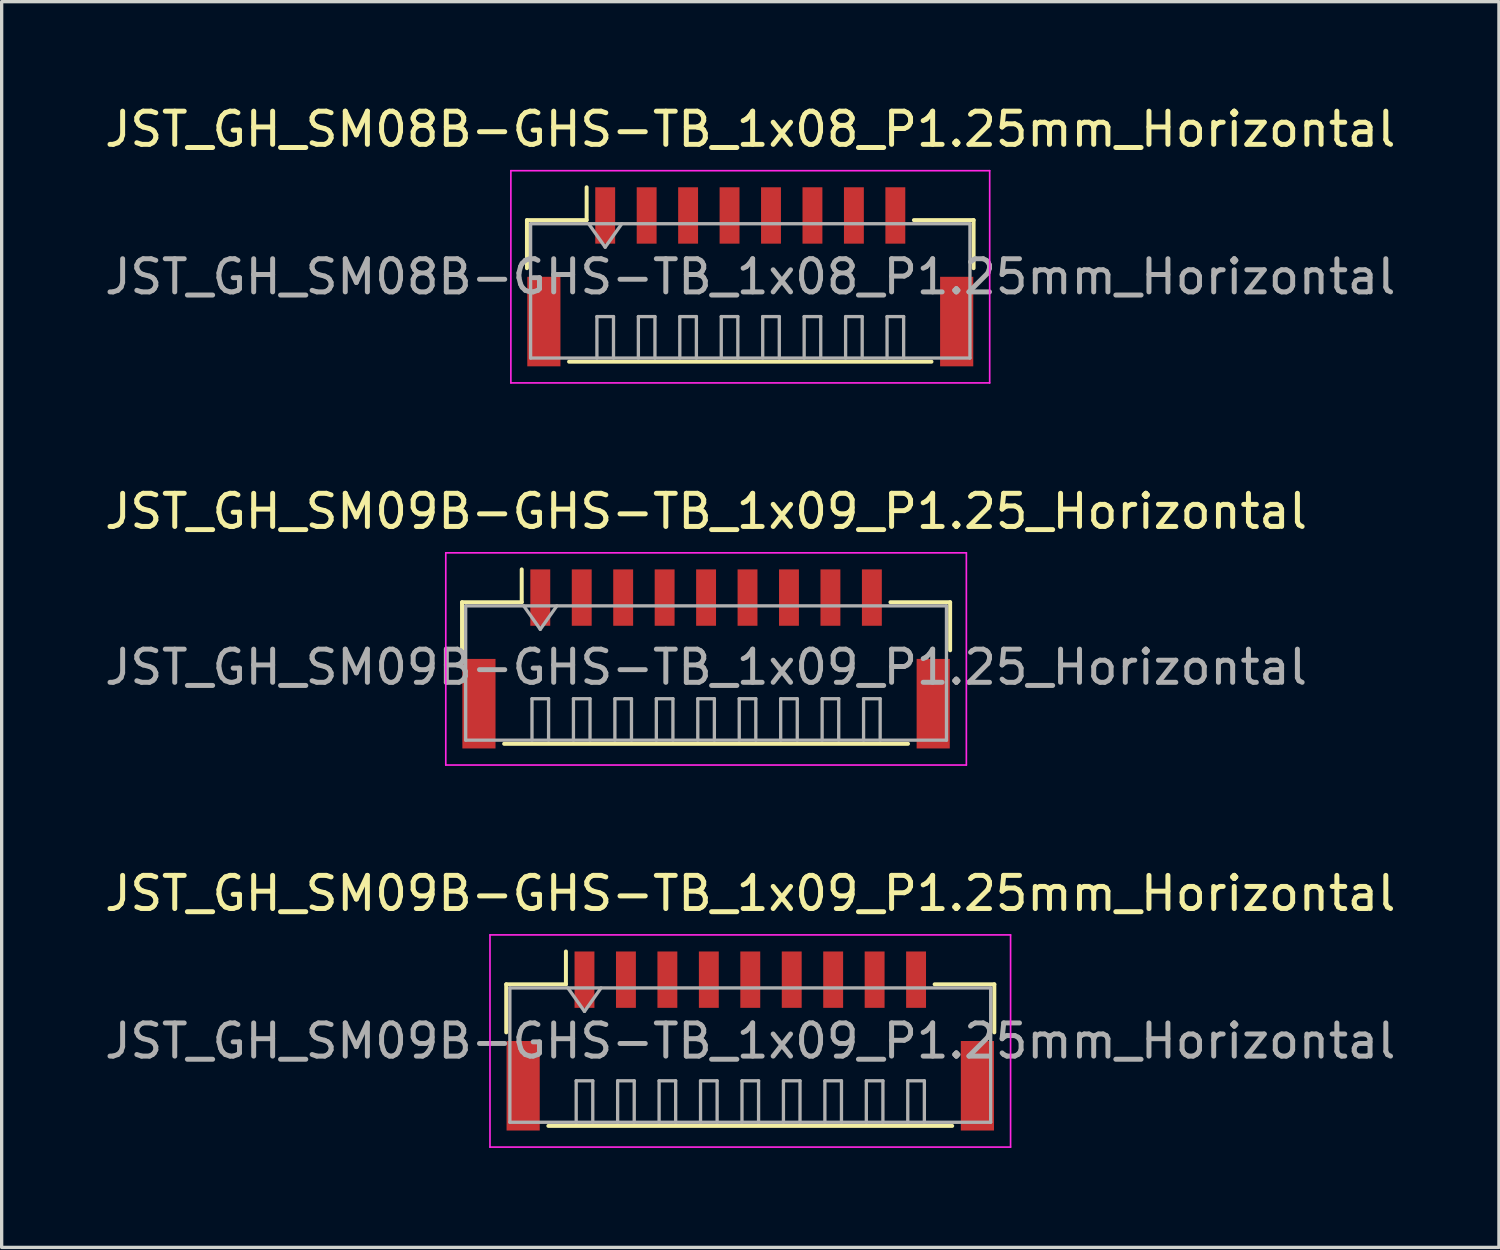
<source format=kicad_pcb>
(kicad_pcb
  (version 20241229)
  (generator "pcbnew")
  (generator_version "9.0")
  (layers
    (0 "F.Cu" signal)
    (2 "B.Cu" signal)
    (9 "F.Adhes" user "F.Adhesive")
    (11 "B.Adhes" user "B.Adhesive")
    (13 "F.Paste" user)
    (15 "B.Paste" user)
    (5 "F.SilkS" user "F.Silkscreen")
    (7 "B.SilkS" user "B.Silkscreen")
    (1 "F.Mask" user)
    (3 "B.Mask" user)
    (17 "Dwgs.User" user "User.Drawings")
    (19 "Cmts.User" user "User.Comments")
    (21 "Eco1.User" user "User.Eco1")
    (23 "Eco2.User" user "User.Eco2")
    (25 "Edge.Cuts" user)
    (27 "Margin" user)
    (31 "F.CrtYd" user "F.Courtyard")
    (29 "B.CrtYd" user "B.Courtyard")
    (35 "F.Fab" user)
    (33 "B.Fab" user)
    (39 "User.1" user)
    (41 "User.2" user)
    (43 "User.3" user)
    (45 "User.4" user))
  (footprint "JST_GH_SM09B-GHS-TB_1x09_P1.25_Horizontal"
    (layer "F.Cu")
    (at 18.244 16.572)
    (property "Reference" "JST_GH_SM09B-GHS-TB_1x09_P1.25_Horizontal" (at 0 -4.2 0) (layer "F.SilkS") (effects (font (size 1 1) (thickness 0.15))))
    (attr smd)
    (fp_line (start -7.36 -1.46) (end -5.56 -1.46) (stroke (width 0.12) (type solid)) (layer "F.SilkS"))
    (fp_line (start -7.36 -0.01) (end -7.36 -1.46) (stroke (width 0.12) (type solid)) (layer "F.SilkS"))
    (fp_line (start -6.09 2.81) (end 6.09 2.81) (stroke (width 0.12) (type solid)) (layer "F.SilkS"))
    (fp_line (start -5.56 -1.46) (end -5.56 -2.45) (stroke (width 0.12) (type solid)) (layer "F.SilkS"))
    (fp_line (start 7.36 -1.46) (end 5.56 -1.46) (stroke (width 0.12) (type solid)) (layer "F.SilkS"))
    (fp_line (start 7.36 -0.01) (end 7.36 -1.46) (stroke (width 0.12) (type solid)) (layer "F.SilkS"))
    (fp_line (start -7.85 -2.95) (end -7.85 3.45) (stroke (width 0.05) (type solid)) (layer "F.CrtYd"))
    (fp_line (start -7.85 3.45) (end 7.85 3.45) (stroke (width 0.05) (type solid)) (layer "F.CrtYd"))
    (fp_line (start 7.85 -2.95) (end -7.85 -2.95) (stroke (width 0.05) (type solid)) (layer "F.CrtYd"))
    (fp_line (start 7.85 3.45) (end 7.85 -2.95) (stroke (width 0.05) (type solid)) (layer "F.CrtYd"))
    (fp_line (start -7.25 -1.35) (end -7.25 2.7) (stroke (width 0.1) (type solid)) (layer "F.Fab"))
    (fp_line (start -7.25 2.7) (end 7.25 2.7) (stroke (width 0.1) (type solid)) (layer "F.Fab"))
    (fp_line (start -5.5 -1.35) (end -5 -0.643) (stroke (width 0.1) (type solid)) (layer "F.Fab"))
    (fp_line (start -5.25 1.45) (end -4.75 1.45) (stroke (width 0.1) (type solid)) (layer "F.Fab"))
    (fp_line (start -5.25 2.7) (end -5.25 1.45) (stroke (width 0.1) (type solid)) (layer "F.Fab"))
    (fp_line (start -5 -0.643) (end -4.5 -1.35) (stroke (width 0.1) (type solid)) (layer "F.Fab"))
    (fp_line (start -4.75 1.45) (end -4.75 2.7) (stroke (width 0.1) (type solid)) (layer "F.Fab"))
    (fp_line (start -4 1.45) (end -3.5 1.45) (stroke (width 0.1) (type solid)) (layer "F.Fab"))
    (fp_line (start -4 2.7) (end -4 1.45) (stroke (width 0.1) (type solid)) (layer "F.Fab"))
    (fp_line (start -3.5 1.45) (end -3.5 2.7) (stroke (width 0.1) (type solid)) (layer "F.Fab"))
    (fp_line (start -2.75 1.45) (end -2.25 1.45) (stroke (width 0.1) (type solid)) (layer "F.Fab"))
    (fp_line (start -2.75 2.7) (end -2.75 1.45) (stroke (width 0.1) (type solid)) (layer "F.Fab"))
    (fp_line (start -2.25 1.45) (end -2.25 2.7) (stroke (width 0.1) (type solid)) (layer "F.Fab"))
    (fp_line (start -1.5 1.45) (end -1 1.45) (stroke (width 0.1) (type solid)) (layer "F.Fab"))
    (fp_line (start -1.5 2.7) (end -1.5 1.45) (stroke (width 0.1) (type solid)) (layer "F.Fab"))
    (fp_line (start -1 1.45) (end -1 2.7) (stroke (width 0.1) (type solid)) (layer "F.Fab"))
    (fp_line (start -0.25 1.45) (end 0.25 1.45) (stroke (width 0.1) (type solid)) (layer "F.Fab"))
    (fp_line (start -0.25 2.7) (end -0.25 1.45) (stroke (width 0.1) (type solid)) (layer "F.Fab"))
    (fp_line (start 0.25 1.45) (end 0.25 2.7) (stroke (width 0.1) (type solid)) (layer "F.Fab"))
    (fp_line (start 1 1.45) (end 1.5 1.45) (stroke (width 0.1) (type solid)) (layer "F.Fab"))
    (fp_line (start 1 2.7) (end 1 1.45) (stroke (width 0.1) (type solid)) (layer "F.Fab"))
    (fp_line (start 1.5 1.45) (end 1.5 2.7) (stroke (width 0.1) (type solid)) (layer "F.Fab"))
    (fp_line (start 2.25 1.45) (end 2.75 1.45) (stroke (width 0.1) (type solid)) (layer "F.Fab"))
    (fp_line (start 2.25 2.7) (end 2.25 1.45) (stroke (width 0.1) (type solid)) (layer "F.Fab"))
    (fp_line (start 2.75 1.45) (end 2.75 2.7) (stroke (width 0.1) (type solid)) (layer "F.Fab"))
    (fp_line (start 3.5 1.45) (end 4 1.45) (stroke (width 0.1) (type solid)) (layer "F.Fab"))
    (fp_line (start 3.5 2.7) (end 3.5 1.45) (stroke (width 0.1) (type solid)) (layer "F.Fab"))
    (fp_line (start 4 1.45) (end 4 2.7) (stroke (width 0.1) (type solid)) (layer "F.Fab"))
    (fp_line (start 4.75 1.45) (end 5.25 1.45) (stroke (width 0.1) (type solid)) (layer "F.Fab"))
    (fp_line (start 4.75 2.7) (end 4.75 1.45) (stroke (width 0.1) (type solid)) (layer "F.Fab"))
    (fp_line (start 5.25 1.45) (end 5.25 2.7) (stroke (width 0.1) (type solid)) (layer "F.Fab"))
    (fp_line (start 7.25 -1.35) (end -7.25 -1.35) (stroke (width 0.1) (type solid)) (layer "F.Fab"))
    (fp_line (start 7.25 2.7) (end 7.25 -1.35) (stroke (width 0.1) (type solid)) (layer "F.Fab"))
    (fp_text user "${REFERENCE}" (at 0 0.5 0) (layer "F.Fab") (effects (font (size 1 1) (thickness 0.15))))
    (pad "" smd rect (at -6.85 1.6) (size 1 2.7) (layers "F.Cu" "F.Mask" "F.Paste"))
    (pad "" smd rect (at 6.85 1.6) (size 1 2.7) (layers "F.Cu" "F.Mask" "F.Paste"))
    (pad "1" smd rect (at -5 -1.6) (size 0.6 1.7) (layers "F.Cu" "F.Mask" "F.Paste"))
    (pad "2" smd rect (at -3.75 -1.6) (size 0.6 1.7) (layers "F.Cu" "F.Mask" "F.Paste"))
    (pad "3" smd rect (at -2.5 -1.6) (size 0.6 1.7) (layers "F.Cu" "F.Mask" "F.Paste"))
    (pad "4" smd rect (at -1.25 -1.6) (size 0.6 1.7) (layers "F.Cu" "F.Mask" "F.Paste"))
    (pad "5" smd rect (at 0 -1.6) (size 0.6 1.7) (layers "F.Cu" "F.Mask" "F.Paste"))
    (pad "6" smd rect (at 1.25 -1.6) (size 0.6 1.7) (layers "F.Cu" "F.Mask" "F.Paste"))
    (pad "7" smd rect (at 2.5 -1.6) (size 0.6 1.7) (layers "F.Cu" "F.Mask" "F.Paste"))
    (pad "8" smd rect (at 3.75 -1.6) (size 0.6 1.7) (layers "F.Cu" "F.Mask" "F.Paste"))
    (pad "9" smd rect (at 5 -1.6) (size 0.6 1.7) (layers "F.Cu" "F.Mask" "F.Paste")))
  (footprint "JST_GH_SM09B-GHS-TB_1x09_P1.25mm_Horizontal"
    (layer "F.Cu")
    (at 19.577 28.345)
    (property "Reference" "JST_GH_SM09B-GHS-TB_1x09_P1.25mm_Horizontal" (at 0 -4.45 0) (layer "F.SilkS") (effects (font (size 1 1) (thickness 0.15))))
    (attr smd)
    (fp_line (start -7.36 -1.71) (end -5.56 -1.71) (stroke (width 0.12) (type solid)) (layer "F.SilkS"))
    (fp_line (start -7.36 -0.26) (end -7.36 -1.71) (stroke (width 0.12) (type solid)) (layer "F.SilkS"))
    (fp_line (start -6.09 2.56) (end 6.09 2.56) (stroke (width 0.12) (type solid)) (layer "F.SilkS"))
    (fp_line (start -5.56 -1.71) (end -5.56 -2.7) (stroke (width 0.12) (type solid)) (layer "F.SilkS"))
    (fp_line (start 7.36 -1.71) (end 5.56 -1.71) (stroke (width 0.12) (type solid)) (layer "F.SilkS"))
    (fp_line (start 7.36 -0.26) (end 7.36 -1.71) (stroke (width 0.12) (type solid)) (layer "F.SilkS"))
    (fp_line (start -7.85 -3.2) (end -7.85 3.2) (stroke (width 0.05) (type solid)) (layer "F.CrtYd"))
    (fp_line (start -7.85 3.2) (end 7.85 3.2) (stroke (width 0.05) (type solid)) (layer "F.CrtYd"))
    (fp_line (start 7.85 -3.2) (end -7.85 -3.2) (stroke (width 0.05) (type solid)) (layer "F.CrtYd"))
    (fp_line (start 7.85 3.2) (end 7.85 -3.2) (stroke (width 0.05) (type solid)) (layer "F.CrtYd"))
    (fp_line (start -7.25 -1.6) (end -7.25 2.45) (stroke (width 0.1) (type solid)) (layer "F.Fab"))
    (fp_line (start -7.25 2.45) (end 7.25 2.45) (stroke (width 0.1) (type solid)) (layer "F.Fab"))
    (fp_line (start -5.5 -1.6) (end -5 -0.893) (stroke (width 0.1) (type solid)) (layer "F.Fab"))
    (fp_line (start -5.25 1.2) (end -4.75 1.2) (stroke (width 0.1) (type solid)) (layer "F.Fab"))
    (fp_line (start -5.25 2.45) (end -5.25 1.2) (stroke (width 0.1) (type solid)) (layer "F.Fab"))
    (fp_line (start -5 -0.893) (end -4.5 -1.6) (stroke (width 0.1) (type solid)) (layer "F.Fab"))
    (fp_line (start -4.75 1.2) (end -4.75 2.45) (stroke (width 0.1) (type solid)) (layer "F.Fab"))
    (fp_line (start -4 1.2) (end -3.5 1.2) (stroke (width 0.1) (type solid)) (layer "F.Fab"))
    (fp_line (start -4 2.45) (end -4 1.2) (stroke (width 0.1) (type solid)) (layer "F.Fab"))
    (fp_line (start -3.5 1.2) (end -3.5 2.45) (stroke (width 0.1) (type solid)) (layer "F.Fab"))
    (fp_line (start -2.75 1.2) (end -2.25 1.2) (stroke (width 0.1) (type solid)) (layer "F.Fab"))
    (fp_line (start -2.75 2.45) (end -2.75 1.2) (stroke (width 0.1) (type solid)) (layer "F.Fab"))
    (fp_line (start -2.25 1.2) (end -2.25 2.45) (stroke (width 0.1) (type solid)) (layer "F.Fab"))
    (fp_line (start -1.5 1.2) (end -1 1.2) (stroke (width 0.1) (type solid)) (layer "F.Fab"))
    (fp_line (start -1.5 2.45) (end -1.5 1.2) (stroke (width 0.1) (type solid)) (layer "F.Fab"))
    (fp_line (start -1 1.2) (end -1 2.45) (stroke (width 0.1) (type solid)) (layer "F.Fab"))
    (fp_line (start -0.25 1.2) (end 0.25 1.2) (stroke (width 0.1) (type solid)) (layer "F.Fab"))
    (fp_line (start -0.25 2.45) (end -0.25 1.2) (stroke (width 0.1) (type solid)) (layer "F.Fab"))
    (fp_line (start 0.25 1.2) (end 0.25 2.45) (stroke (width 0.1) (type solid)) (layer "F.Fab"))
    (fp_line (start 1 1.2) (end 1.5 1.2) (stroke (width 0.1) (type solid)) (layer "F.Fab"))
    (fp_line (start 1 2.45) (end 1 1.2) (stroke (width 0.1) (type solid)) (layer "F.Fab"))
    (fp_line (start 1.5 1.2) (end 1.5 2.45) (stroke (width 0.1) (type solid)) (layer "F.Fab"))
    (fp_line (start 2.25 1.2) (end 2.75 1.2) (stroke (width 0.1) (type solid)) (layer "F.Fab"))
    (fp_line (start 2.25 2.45) (end 2.25 1.2) (stroke (width 0.1) (type solid)) (layer "F.Fab"))
    (fp_line (start 2.75 1.2) (end 2.75 2.45) (stroke (width 0.1) (type solid)) (layer "F.Fab"))
    (fp_line (start 3.5 1.2) (end 4 1.2) (stroke (width 0.1) (type solid)) (layer "F.Fab"))
    (fp_line (start 3.5 2.45) (end 3.5 1.2) (stroke (width 0.1) (type solid)) (layer "F.Fab"))
    (fp_line (start 4 1.2) (end 4 2.45) (stroke (width 0.1) (type solid)) (layer "F.Fab"))
    (fp_line (start 4.75 1.2) (end 5.25 1.2) (stroke (width 0.1) (type solid)) (layer "F.Fab"))
    (fp_line (start 4.75 2.45) (end 4.75 1.2) (stroke (width 0.1) (type solid)) (layer "F.Fab"))
    (fp_line (start 5.25 1.2) (end 5.25 2.45) (stroke (width 0.1) (type solid)) (layer "F.Fab"))
    (fp_line (start 7.25 -1.6) (end -7.25 -1.6) (stroke (width 0.1) (type solid)) (layer "F.Fab"))
    (fp_line (start 7.25 2.45) (end 7.25 -1.6) (stroke (width 0.1) (type solid)) (layer "F.Fab"))
    (fp_text user "${REFERENCE}" (at 0 0 0) (layer "F.Fab") (effects (font (size 1 1) (thickness 0.15))))
    (pad "" smd rect (at -6.85 1.35) (size 1 2.7) (layers "F.Cu" "F.Mask" "F.Paste"))
    (pad "" smd rect (at 6.85 1.35) (size 1 2.7) (layers "F.Cu" "F.Mask" "F.Paste"))
    (pad "1" smd rect (at -5 -1.85) (size 0.6 1.7) (layers "F.Cu" "F.Mask" "F.Paste"))
    (pad "2" smd rect (at -3.75 -1.85) (size 0.6 1.7) (layers "F.Cu" "F.Mask" "F.Paste"))
    (pad "3" smd rect (at -2.5 -1.85) (size 0.6 1.7) (layers "F.Cu" "F.Mask" "F.Paste"))
    (pad "4" smd rect (at -1.25 -1.85) (size 0.6 1.7) (layers "F.Cu" "F.Mask" "F.Paste"))
    (pad "5" smd rect (at 0 -1.85) (size 0.6 1.7) (layers "F.Cu" "F.Mask" "F.Paste"))
    (pad "6" smd rect (at 1.25 -1.85) (size 0.6 1.7) (layers "F.Cu" "F.Mask" "F.Paste"))
    (pad "7" smd rect (at 2.5 -1.85) (size 0.6 1.7) (layers "F.Cu" "F.Mask" "F.Paste"))
    (pad "8" smd rect (at 3.75 -1.85) (size 0.6 1.7) (layers "F.Cu" "F.Mask" "F.Paste"))
    (pad "9" smd rect (at 5 -1.85) (size 0.6 1.7) (layers "F.Cu" "F.Mask" "F.Paste")))
  (footprint "JST_GH_SM08B-GHS-TB_1x08_P1.25mm_Horizontal"
    (layer "F.Cu")
    (at 19.577 5.298)
    (property "Reference" "JST_GH_SM08B-GHS-TB_1x08_P1.25mm_Horizontal" (at 0 -4.45 0) (layer "F.SilkS") (effects (font (size 1 1) (thickness 0.15))))
    (attr smd)
    (fp_line (start -6.735 -1.71) (end -4.935 -1.71) (stroke (width 0.12) (type solid)) (layer "F.SilkS"))
    (fp_line (start -6.735 -0.26) (end -6.735 -1.71) (stroke (width 0.12) (type solid)) (layer "F.SilkS"))
    (fp_line (start -5.465 2.56) (end 5.465 2.56) (stroke (width 0.12) (type solid)) (layer "F.SilkS"))
    (fp_line (start -4.935 -1.71) (end -4.935 -2.7) (stroke (width 0.12) (type solid)) (layer "F.SilkS"))
    (fp_line (start 6.735 -1.71) (end 4.935 -1.71) (stroke (width 0.12) (type solid)) (layer "F.SilkS"))
    (fp_line (start 6.735 -0.26) (end 6.735 -1.71) (stroke (width 0.12) (type solid)) (layer "F.SilkS"))
    (fp_line (start -7.22 -3.2) (end -7.22 3.2) (stroke (width 0.05) (type solid)) (layer "F.CrtYd"))
    (fp_line (start -7.22 3.2) (end 7.22 3.2) (stroke (width 0.05) (type solid)) (layer "F.CrtYd"))
    (fp_line (start 7.22 -3.2) (end -7.22 -3.2) (stroke (width 0.05) (type solid)) (layer "F.CrtYd"))
    (fp_line (start 7.22 3.2) (end 7.22 -3.2) (stroke (width 0.05) (type solid)) (layer "F.CrtYd"))
    (fp_line (start -6.625 -1.6) (end -6.625 2.45) (stroke (width 0.1) (type solid)) (layer "F.Fab"))
    (fp_line (start -6.625 2.45) (end 6.625 2.45) (stroke (width 0.1) (type solid)) (layer "F.Fab"))
    (fp_line (start -4.875 -1.6) (end -4.375 -0.893) (stroke (width 0.1) (type solid)) (layer "F.Fab"))
    (fp_line (start -4.625 1.2) (end -4.125 1.2) (stroke (width 0.1) (type solid)) (layer "F.Fab"))
    (fp_line (start -4.625 2.45) (end -4.625 1.2) (stroke (width 0.1) (type solid)) (layer "F.Fab"))
    (fp_line (start -4.375 -0.893) (end -3.875 -1.6) (stroke (width 0.1) (type solid)) (layer "F.Fab"))
    (fp_line (start -4.125 1.2) (end -4.125 2.45) (stroke (width 0.1) (type solid)) (layer "F.Fab"))
    (fp_line (start -3.375 1.2) (end -2.875 1.2) (stroke (width 0.1) (type solid)) (layer "F.Fab"))
    (fp_line (start -3.375 2.45) (end -3.375 1.2) (stroke (width 0.1) (type solid)) (layer "F.Fab"))
    (fp_line (start -2.875 1.2) (end -2.875 2.45) (stroke (width 0.1) (type solid)) (layer "F.Fab"))
    (fp_line (start -2.125 1.2) (end -1.625 1.2) (stroke (width 0.1) (type solid)) (layer "F.Fab"))
    (fp_line (start -2.125 2.45) (end -2.125 1.2) (stroke (width 0.1) (type solid)) (layer "F.Fab"))
    (fp_line (start -1.625 1.2) (end -1.625 2.45) (stroke (width 0.1) (type solid)) (layer "F.Fab"))
    (fp_line (start -0.875 1.2) (end -0.375 1.2) (stroke (width 0.1) (type solid)) (layer "F.Fab"))
    (fp_line (start -0.875 2.45) (end -0.875 1.2) (stroke (width 0.1) (type solid)) (layer "F.Fab"))
    (fp_line (start -0.375 1.2) (end -0.375 2.45) (stroke (width 0.1) (type solid)) (layer "F.Fab"))
    (fp_line (start 0.375 1.2) (end 0.875 1.2) (stroke (width 0.1) (type solid)) (layer "F.Fab"))
    (fp_line (start 0.375 2.45) (end 0.375 1.2) (stroke (width 0.1) (type solid)) (layer "F.Fab"))
    (fp_line (start 0.875 1.2) (end 0.875 2.45) (stroke (width 0.1) (type solid)) (layer "F.Fab"))
    (fp_line (start 1.625 1.2) (end 2.125 1.2) (stroke (width 0.1) (type solid)) (layer "F.Fab"))
    (fp_line (start 1.625 2.45) (end 1.625 1.2) (stroke (width 0.1) (type solid)) (layer "F.Fab"))
    (fp_line (start 2.125 1.2) (end 2.125 2.45) (stroke (width 0.1) (type solid)) (layer "F.Fab"))
    (fp_line (start 2.875 1.2) (end 3.375 1.2) (stroke (width 0.1) (type solid)) (layer "F.Fab"))
    (fp_line (start 2.875 2.45) (end 2.875 1.2) (stroke (width 0.1) (type solid)) (layer "F.Fab"))
    (fp_line (start 3.375 1.2) (end 3.375 2.45) (stroke (width 0.1) (type solid)) (layer "F.Fab"))
    (fp_line (start 4.125 1.2) (end 4.625 1.2) (stroke (width 0.1) (type solid)) (layer "F.Fab"))
    (fp_line (start 4.125 2.45) (end 4.125 1.2) (stroke (width 0.1) (type solid)) (layer "F.Fab"))
    (fp_line (start 4.625 1.2) (end 4.625 2.45) (stroke (width 0.1) (type solid)) (layer "F.Fab"))
    (fp_line (start 6.625 -1.6) (end -6.625 -1.6) (stroke (width 0.1) (type solid)) (layer "F.Fab"))
    (fp_line (start 6.625 2.45) (end 6.625 -1.6) (stroke (width 0.1) (type solid)) (layer "F.Fab"))
    (fp_text user "${REFERENCE}" (at 0 0 0) (layer "F.Fab") (effects (font (size 1 1) (thickness 0.15))))
    (pad "" smd rect (at -6.225 1.35) (size 1 2.7) (layers "F.Cu" "F.Mask" "F.Paste"))
    (pad "" smd rect (at 6.225 1.35) (size 1 2.7) (layers "F.Cu" "F.Mask" "F.Paste"))
    (pad "1" smd rect (at -4.375 -1.85) (size 0.6 1.7) (layers "F.Cu" "F.Mask" "F.Paste"))
    (pad "2" smd rect (at -3.125 -1.85) (size 0.6 1.7) (layers "F.Cu" "F.Mask" "F.Paste"))
    (pad "3" smd rect (at -1.875 -1.85) (size 0.6 1.7) (layers "F.Cu" "F.Mask" "F.Paste"))
    (pad "4" smd rect (at -0.625 -1.85) (size 0.6 1.7) (layers "F.Cu" "F.Mask" "F.Paste"))
    (pad "5" smd rect (at 0.625 -1.85) (size 0.6 1.7) (layers "F.Cu" "F.Mask" "F.Paste"))
    (pad "6" smd rect (at 1.875 -1.85) (size 0.6 1.7) (layers "F.Cu" "F.Mask" "F.Paste"))
    (pad "7" smd rect (at 3.125 -1.85) (size 0.6 1.7) (layers "F.Cu" "F.Mask" "F.Paste"))
    (pad "8" smd rect (at 4.375 -1.85) (size 0.6 1.7) (layers "F.Cu" "F.Mask" "F.Paste")))
  (gr_rect
    (start -3 -3)
    (end 42.155 34.57)
    (stroke (width 0.1) (type default))
    (fill no)
    (layer "Edge.Cuts")))
</source>
